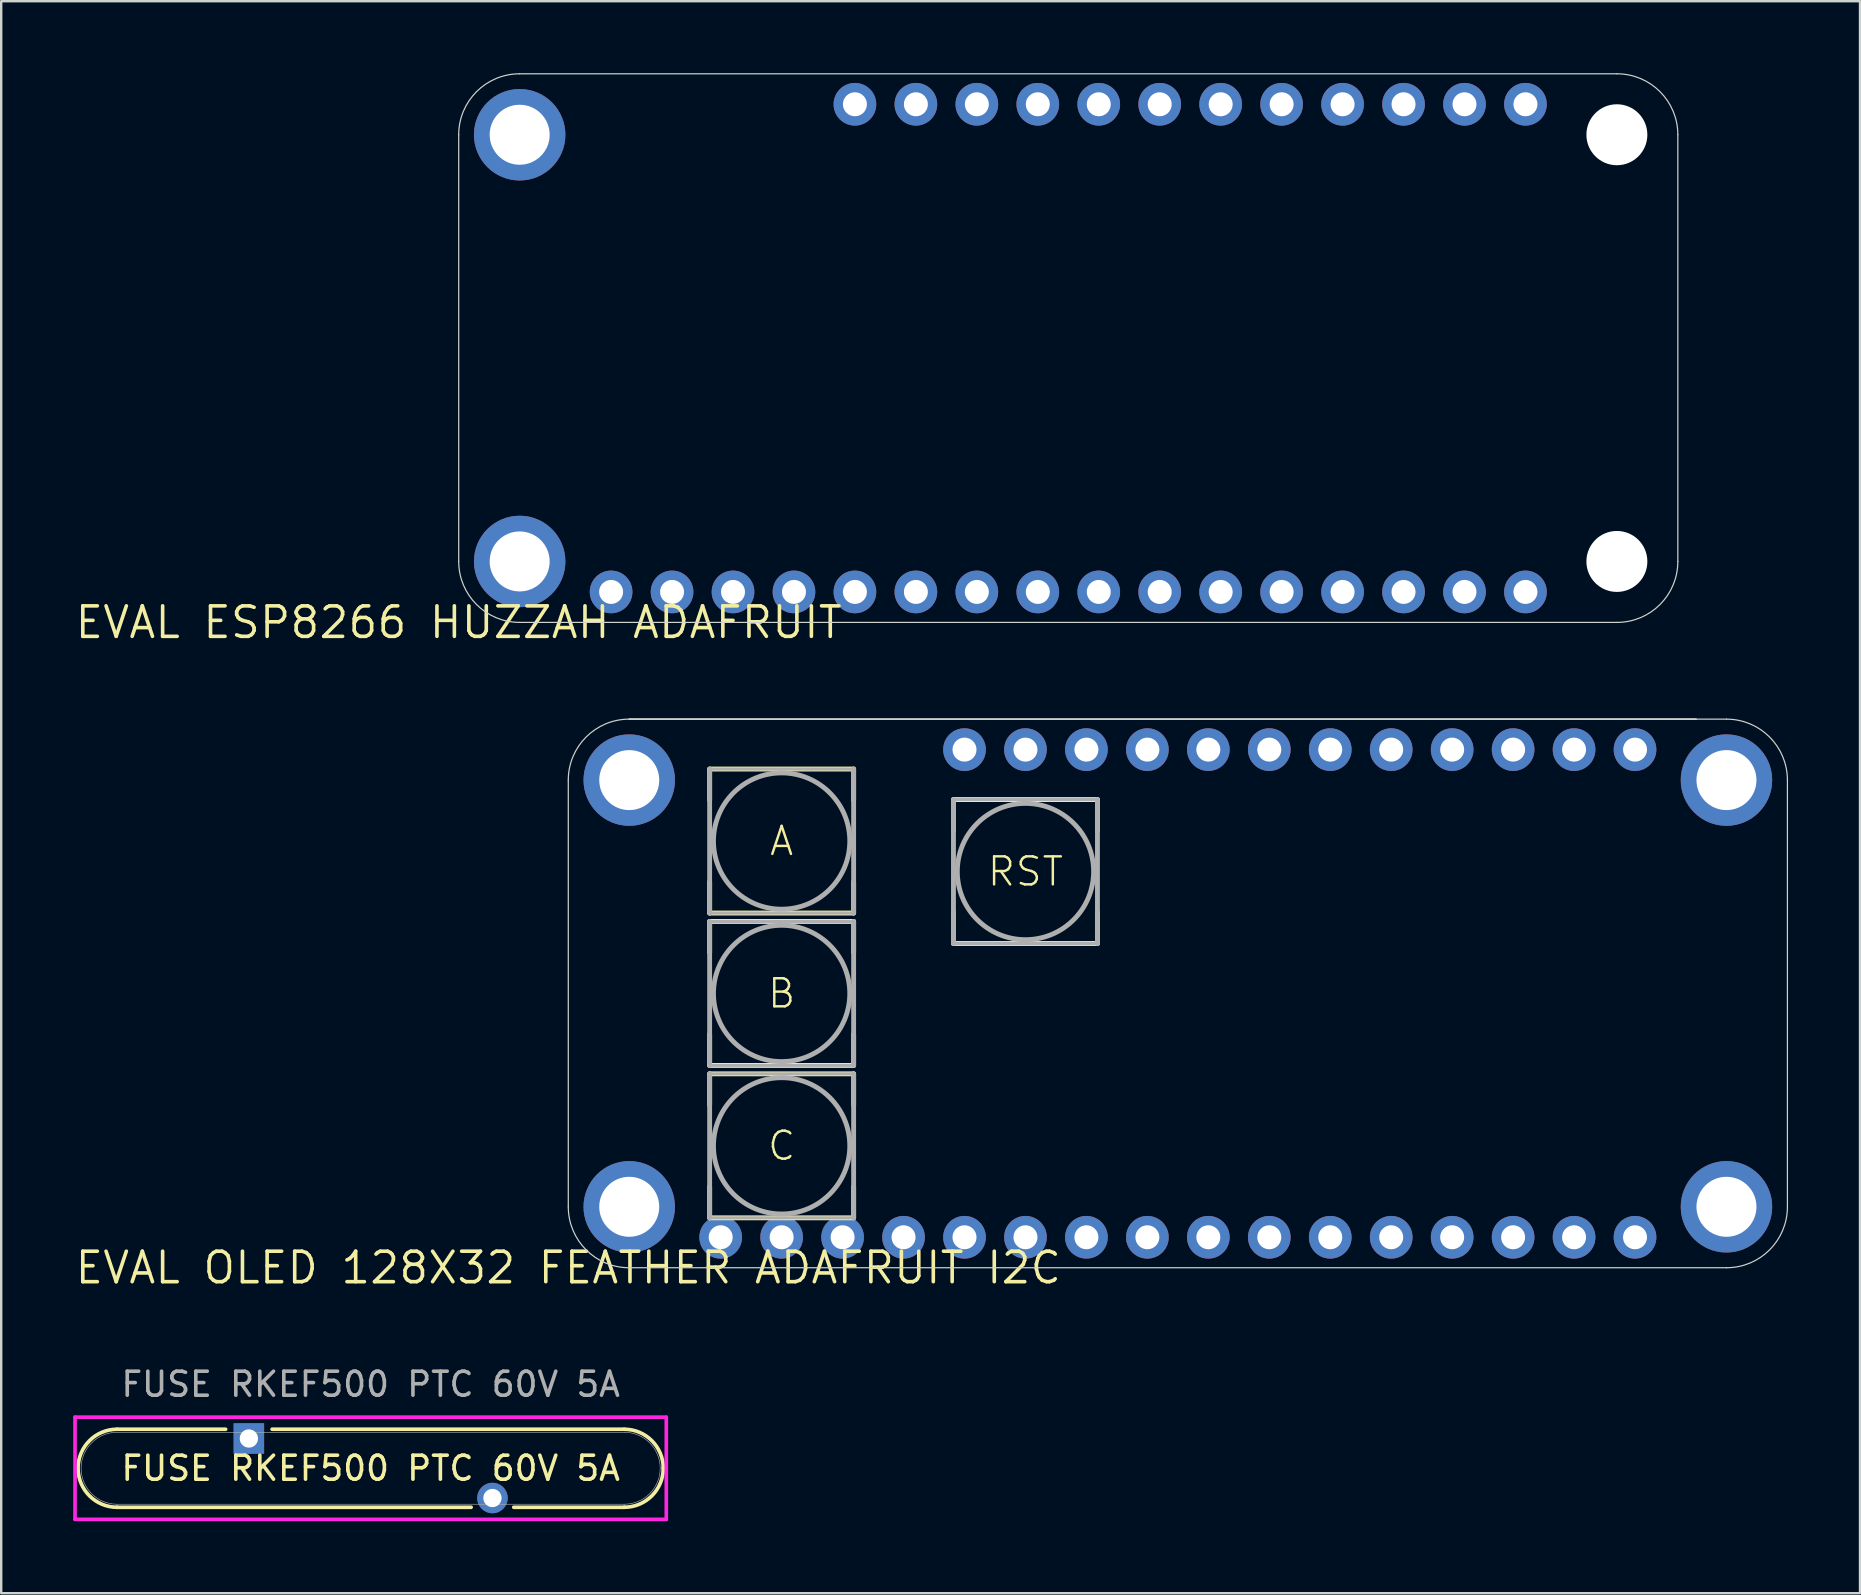
<source format=kicad_pcb>
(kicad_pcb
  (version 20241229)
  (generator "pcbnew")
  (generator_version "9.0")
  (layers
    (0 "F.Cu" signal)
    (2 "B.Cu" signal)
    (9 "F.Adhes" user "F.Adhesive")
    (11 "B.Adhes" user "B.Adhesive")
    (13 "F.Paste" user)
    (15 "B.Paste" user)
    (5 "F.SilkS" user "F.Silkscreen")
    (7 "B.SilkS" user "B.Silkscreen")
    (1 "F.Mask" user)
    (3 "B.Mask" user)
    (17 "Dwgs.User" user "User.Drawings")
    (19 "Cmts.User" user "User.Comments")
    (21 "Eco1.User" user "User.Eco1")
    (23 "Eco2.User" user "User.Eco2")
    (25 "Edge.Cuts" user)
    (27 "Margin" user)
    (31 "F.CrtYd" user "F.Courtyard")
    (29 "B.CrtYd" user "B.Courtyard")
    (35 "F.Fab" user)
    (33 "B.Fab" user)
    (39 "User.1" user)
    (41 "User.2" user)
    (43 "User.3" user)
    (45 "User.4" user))
  (footprint "FUSE RKEF500 PTC 60V 5A"
    (layer "F.Cu")
    (at 12.395 58.131)
    (property "Reference" "FUSE RKEF500 PTC 60V 5A" (at 0 0 0) (unlocked yes) (layer "F.SilkS") (effects (font (size 1 1) (thickness 0.15))))
    (attr through_hole)
    (fp_line (start -10.566 -1.626) (end -6.043 -1.626) (stroke (width 0.152) (type solid)) (layer "F.SilkS"))
    (fp_line (start -10.566 1.626) (end 4.187 1.626) (stroke (width 0.152) (type solid)) (layer "F.SilkS"))
    (fp_line (start -4.107 -1.626) (end 10.566 -1.626) (stroke (width 0.152) (type solid)) (layer "F.SilkS"))
    (fp_line (start 5.963 1.626) (end 10.566 1.626) (stroke (width 0.152) (type solid)) (layer "F.SilkS"))
    (fp_arc (start -10.5664 1.6256) (mid -12.192 0) (end -10.5664 -1.6256) (stroke (width 0.1524) (type solid)) (layer "F.SilkS"))
    (fp_arc (start 10.5664 -1.6256) (mid 11.715873 -1.149473) (end 12.192 0) (stroke (width 0.1524) (type solid)) (layer "F.SilkS"))
    (fp_arc (start 12.192 0) (mid 11.715873 1.149473) (end 10.5664 1.6256) (stroke (width 0.1524) (type solid)) (layer "F.SilkS"))
    (fp_line (start -12.319 -2.129) (end 12.319 -2.129) (stroke (width 0.152) (type solid)) (layer "F.CrtYd"))
    (fp_line (start -12.319 2.129) (end -12.319 -2.129) (stroke (width 0.152) (type solid)) (layer "F.CrtYd"))
    (fp_line (start 12.319 -2.129) (end 12.319 2.129) (stroke (width 0.152) (type solid)) (layer "F.CrtYd"))
    (fp_line (start 12.319 2.129) (end -12.319 2.129) (stroke (width 0.152) (type solid)) (layer "F.CrtYd"))
    (fp_line (start -10.566 -1.499) (end 10.566 -1.499) (stroke (width 0.025) (type solid)) (layer "F.Fab"))
    (fp_line (start -10.566 1.499) (end 10.566 1.499) (stroke (width 0.025) (type solid)) (layer "F.Fab"))
    (fp_arc (start -10.5664 1.4986) (mid -12.065 0) (end -10.5664 -1.4986) (stroke (width 0.0254) (type solid)) (layer "F.Fab"))
    (fp_arc (start 10.5664 -1.4986) (mid 12.065 0) (end 10.5664 1.4986) (stroke (width 0.0254) (type solid)) (layer "F.Fab"))
    (fp_text user "${REFERENCE}" (at 0 -3.5 0) (unlocked yes) (layer "F.Fab") (effects (font (size 1 1) (thickness 0.15))))
    (pad "1" thru_hole rect (at -5.075 -1.24) (size 1.27 1.27) (drill 0.762) (layers "*.Cu" "*.Mask"))
    (pad "2" thru_hole circle (at 5.075 1.24) (size 1.27 1.27) (drill 0.762) (layers "*.Cu" "*.Mask")))
  (footprint "EVAL OLED 128X32 FEATHER ADAFRUIT I2C"
    (layer "F.Cu")
    (at 20.63 49.776)
    (property "Reference" "EVAL OLED 128X32 FEATHER ADAFRUIT I2C" (at 0 0 0) (layer "F.SilkS") (effects (font (size 1.27 1.27) (thickness 0.15))))
    (fp_line (start 5.89 -20.78) (end 11.89 -20.78) (stroke (width 0.203) (type solid)) (layer "F.SilkS"))
    (fp_line (start 5.89 -19.48) (end 5.89 -20.78) (stroke (width 0.203) (type solid)) (layer "F.SilkS"))
    (fp_line (start 5.89 -14.78) (end 5.89 -16.08) (stroke (width 0.203) (type solid)) (layer "F.SilkS"))
    (fp_line (start 5.89 -14.43) (end 11.89 -14.43) (stroke (width 0.203) (type solid)) (layer "F.SilkS"))
    (fp_line (start 5.89 -13.13) (end 5.89 -14.43) (stroke (width 0.203) (type solid)) (layer "F.SilkS"))
    (fp_line (start 5.89 -8.43) (end 5.89 -9.73) (stroke (width 0.203) (type solid)) (layer "F.SilkS"))
    (fp_line (start 5.89 -8.08) (end 11.89 -8.08) (stroke (width 0.203) (type solid)) (layer "F.SilkS"))
    (fp_line (start 5.89 -6.78) (end 5.89 -8.08) (stroke (width 0.203) (type solid)) (layer "F.SilkS"))
    (fp_line (start 5.89 -2.08) (end 5.89 -3.38) (stroke (width 0.203) (type solid)) (layer "F.SilkS"))
    (fp_line (start 11.89 -20.78) (end 11.89 -19.48) (stroke (width 0.203) (type solid)) (layer "F.SilkS"))
    (fp_line (start 11.89 -16.08) (end 11.89 -14.78) (stroke (width 0.203) (type solid)) (layer "F.SilkS"))
    (fp_line (start 11.89 -14.78) (end 5.89 -14.78) (stroke (width 0.203) (type solid)) (layer "F.SilkS"))
    (fp_line (start 11.89 -14.43) (end 11.89 -13.13) (stroke (width 0.203) (type solid)) (layer "F.SilkS"))
    (fp_line (start 11.89 -9.73) (end 11.89 -8.43) (stroke (width 0.203) (type solid)) (layer "F.SilkS"))
    (fp_line (start 11.89 -8.43) (end 5.89 -8.43) (stroke (width 0.203) (type solid)) (layer "F.SilkS"))
    (fp_line (start 11.89 -8.08) (end 11.89 -6.78) (stroke (width 0.203) (type solid)) (layer "F.SilkS"))
    (fp_line (start 11.89 -3.38) (end 11.89 -2.08) (stroke (width 0.203) (type solid)) (layer "F.SilkS"))
    (fp_line (start 11.89 -2.08) (end 5.89 -2.08) (stroke (width 0.203) (type solid)) (layer "F.SilkS"))
    (fp_line (start 16.05 -19.51) (end 22.05 -19.51) (stroke (width 0.203) (type solid)) (layer "F.SilkS"))
    (fp_line (start 16.05 -18.21) (end 16.05 -19.51) (stroke (width 0.203) (type solid)) (layer "F.SilkS"))
    (fp_line (start 16.05 -13.51) (end 16.05 -14.81) (stroke (width 0.203) (type solid)) (layer "F.SilkS"))
    (fp_line (start 22.05 -19.51) (end 22.05 -18.21) (stroke (width 0.203) (type solid)) (layer "F.SilkS"))
    (fp_line (start 22.05 -14.81) (end 22.05 -13.51) (stroke (width 0.203) (type solid)) (layer "F.SilkS"))
    (fp_line (start 22.05 -13.51) (end 16.05 -13.51) (stroke (width 0.203) (type solid)) (layer "F.SilkS"))
    (fp_line (start 0 -20.32) (end 0 -2.54) (stroke (width 0.05) (type solid)) (layer "Edge.Cuts"))
    (fp_line (start 2.54 0) (end 48.26 0) (stroke (width 0.05) (type solid)) (layer "Edge.Cuts"))
    (fp_line (start 46.99 -22.86) (end 2.54 -22.86) (stroke (width 0.05) (type solid)) (layer "Edge.Cuts"))
    (fp_line (start 46.99 -22.86) (end 2.54 -22.86) (stroke (width 0.05) (type solid)) (layer "Edge.Cuts"))
    (fp_line (start 46.99 -22.86) (end 2.54 -22.86) (stroke (width 0.05) (type solid)) (layer "Edge.Cuts"))
    (fp_line (start 48.26 -22.86) (end 46.99 -22.86) (stroke (width 0.05) (type solid)) (layer "Edge.Cuts"))
    (fp_line (start 50.8 -2.54) (end 50.8 -20.32) (stroke (width 0.05) (type solid)) (layer "Edge.Cuts"))
    (fp_arc (start 0 -20.32) (mid 0.743949 -22.116051) (end 2.54 -22.86) (stroke (width 0.05) (type solid)) (layer "Edge.Cuts"))
    (fp_arc (start 2.54 0) (mid 0.743949 -0.743949) (end 0 -2.54) (stroke (width 0.05) (type solid)) (layer "Edge.Cuts"))
    (fp_arc (start 48.26 -22.86) (mid 50.056051 -22.116051) (end 50.8 -20.32) (stroke (width 0.05) (type solid)) (layer "Edge.Cuts"))
    (fp_arc (start 50.8 -2.54) (mid 50.056051 -0.743949) (end 48.26 0) (stroke (width 0.05) (type solid)) (layer "Edge.Cuts"))
    (fp_line (start 5.89 -14.78) (end 5.89 -20.78) (stroke (width 0.203) (type solid)) (layer "F.Fab"))
    (fp_line (start 5.89 -8.43) (end 5.89 -14.43) (stroke (width 0.203) (type solid)) (layer "F.Fab"))
    (fp_line (start 5.89 -2.08) (end 5.89 -8.08) (stroke (width 0.203) (type solid)) (layer "F.Fab"))
    (fp_line (start 5.89 -20.78) (end 11.89 -20.78) (stroke (width 0.127) (type solid)) (layer "F.Fab"))
    (fp_line (start 5.89 -14.43) (end 11.89 -14.43) (stroke (width 0.127) (type solid)) (layer "F.Fab"))
    (fp_line (start 5.89 -8.08) (end 11.89 -8.08) (stroke (width 0.127) (type solid)) (layer "F.Fab"))
    (fp_line (start 11.89 -20.78) (end 11.89 -14.78) (stroke (width 0.203) (type solid)) (layer "F.Fab"))
    (fp_line (start 11.89 -14.78) (end 5.89 -14.78) (stroke (width 0.127) (type solid)) (layer "F.Fab"))
    (fp_line (start 11.89 -14.43) (end 11.89 -8.43) (stroke (width 0.203) (type solid)) (layer "F.Fab"))
    (fp_line (start 11.89 -8.43) (end 5.89 -8.43) (stroke (width 0.127) (type solid)) (layer "F.Fab"))
    (fp_line (start 11.89 -8.08) (end 11.89 -2.08) (stroke (width 0.203) (type solid)) (layer "F.Fab"))
    (fp_line (start 11.89 -2.08) (end 5.89 -2.08) (stroke (width 0.127) (type solid)) (layer "F.Fab"))
    (fp_line (start 16.05 -13.51) (end 16.05 -19.51) (stroke (width 0.203) (type solid)) (layer "F.Fab"))
    (fp_line (start 16.05 -19.51) (end 22.05 -19.51) (stroke (width 0.127) (type solid)) (layer "F.Fab"))
    (fp_line (start 22.05 -19.51) (end 22.05 -13.51) (stroke (width 0.203) (type solid)) (layer "F.Fab"))
    (fp_line (start 22.05 -13.51) (end 16.05 -13.51) (stroke (width 0.127) (type solid)) (layer "F.Fab"))
    (fp_circle (center 8.89 -17.78) (end 11.73 -17.78) (stroke (width 0.203) (type solid)) (fill no) (layer "F.Fab"))
    (fp_circle (center 8.89 -11.43) (end 11.73 -11.43) (stroke (width 0.203) (type solid)) (fill no) (layer "F.Fab"))
    (fp_circle (center 8.89 -5.08) (end 11.73 -5.08) (stroke (width 0.203) (type solid)) (fill no) (layer "F.Fab"))
    (fp_circle (center 19.05 -16.51) (end 21.89 -16.51) (stroke (width 0.203) (type solid)) (fill no) (layer "F.Fab"))
    (fp_text user "C" (at 8.89 -5.08 0) (unlocked yes) (layer "F.SilkS") (effects (font (size 1.168 1.168) (thickness 0.102))))
    (fp_text user "B" (at 8.89 -11.43 0) (unlocked yes) (layer "F.SilkS") (effects (font (size 1.168 1.168) (thickness 0.102))))
    (fp_text user "RST" (at 19.05 -16.51 0) (unlocked yes) (layer "F.SilkS") (effects (font (size 1.168 1.168) (thickness 0.102))))
    (fp_text user "A" (at 8.89 -17.78 0) (unlocked yes) (layer "F.SilkS") (effects (font (size 1.168 1.168) (thickness 0.102))))
    (pad "1" thru_hole circle (at 6.35 -1.27) (size 1.778 1.778) (drill 1) (layers "*.Cu" "*.Mask"))
    (pad "2" thru_hole circle (at 8.89 -1.27) (size 1.778 1.778) (drill 1) (layers "*.Cu" "*.Mask"))
    (pad "3" thru_hole circle (at 11.43 -1.27) (size 1.778 1.778) (drill 1) (layers "*.Cu" "*.Mask"))
    (pad "4" thru_hole circle (at 13.97 -1.27) (size 1.778 1.778) (drill 1) (layers "*.Cu" "*.Mask"))
    (pad "5" thru_hole circle (at 16.51 -1.27) (size 1.778 1.778) (drill 1) (layers "*.Cu" "*.Mask"))
    (pad "6" thru_hole circle (at 19.05 -1.27) (size 1.778 1.778) (drill 1) (layers "*.Cu" "*.Mask"))
    (pad "7" thru_hole circle (at 21.59 -1.27) (size 1.778 1.778) (drill 1) (layers "*.Cu" "*.Mask"))
    (pad "8" thru_hole circle (at 24.13 -1.27) (size 1.778 1.778) (drill 1) (layers "*.Cu" "*.Mask"))
    (pad "9" thru_hole circle (at 26.67 -1.27) (size 1.778 1.778) (drill 1) (layers "*.Cu" "*.Mask"))
    (pad "10" thru_hole circle (at 29.21 -1.27) (size 1.778 1.778) (drill 1) (layers "*.Cu" "*.Mask"))
    (pad "11" thru_hole circle (at 31.75 -1.27) (size 1.778 1.778) (drill 1) (layers "*.Cu" "*.Mask"))
    (pad "12" thru_hole circle (at 34.29 -1.27) (size 1.778 1.778) (drill 1) (layers "*.Cu" "*.Mask"))
    (pad "13" thru_hole circle (at 36.83 -1.27) (size 1.778 1.778) (drill 1) (layers "*.Cu" "*.Mask"))
    (pad "14" thru_hole circle (at 39.37 -1.27) (size 1.778 1.778) (drill 1) (layers "*.Cu" "*.Mask"))
    (pad "15" thru_hole circle (at 41.91 -1.27) (size 1.778 1.778) (drill 1) (layers "*.Cu" "*.Mask"))
    (pad "16" thru_hole circle (at 44.45 -1.27) (size 1.778 1.778) (drill 1) (layers "*.Cu" "*.Mask"))
    (pad "17" thru_hole circle (at 44.45 -21.59) (size 1.778 1.778) (drill 1) (layers "*.Cu" "*.Mask"))
    (pad "18" thru_hole circle (at 41.91 -21.59) (size 1.778 1.778) (drill 1) (layers "*.Cu" "*.Mask"))
    (pad "19" thru_hole circle (at 39.37 -21.59) (size 1.778 1.778) (drill 1) (layers "*.Cu" "*.Mask"))
    (pad "20" thru_hole circle (at 36.83 -21.59) (size 1.778 1.778) (drill 1) (layers "*.Cu" "*.Mask"))
    (pad "21" thru_hole circle (at 34.29 -21.59) (size 1.778 1.778) (drill 1) (layers "*.Cu" "*.Mask"))
    (pad "22" thru_hole circle (at 31.75 -21.59) (size 1.778 1.778) (drill 1) (layers "*.Cu" "*.Mask"))
    (pad "23" thru_hole circle (at 29.21 -21.59) (size 1.778 1.778) (drill 1) (layers "*.Cu" "*.Mask"))
    (pad "24" thru_hole circle (at 26.67 -21.59) (size 1.778 1.778) (drill 1) (layers "*.Cu" "*.Mask"))
    (pad "25" thru_hole circle (at 24.13 -21.59) (size 1.778 1.778) (drill 1) (layers "*.Cu" "*.Mask"))
    (pad "26" thru_hole circle (at 21.59 -21.59) (size 1.778 1.778) (drill 1) (layers "*.Cu" "*.Mask"))
    (pad "27" thru_hole circle (at 19.05 -21.59) (size 1.778 1.778) (drill 1) (layers "*.Cu" "*.Mask"))
    (pad "28" thru_hole circle (at 16.51 -21.59) (size 1.778 1.778) (drill 1) (layers "*.Cu" "*.Mask"))
    (pad "P$1" thru_hole circle (at 2.54 -20.32) (size 3.81 3.81) (drill 2.5) (layers "*.Cu" "*.Mask"))
    (pad "P$2" thru_hole circle (at 2.54 -2.54) (size 3.81 3.81) (drill 2.5) (layers "*.Cu" "*.Mask"))
    (pad "P$3" thru_hole circle (at 48.26 -20.32) (size 3.81 3.81) (drill 2.5) (layers "*.Cu" "*.Mask"))
    (pad "P$4" thru_hole circle (at 48.26 -2.54) (size 3.81 3.81) (drill 2.5) (layers "*.Cu" "*.Mask")))
  (footprint "EVAL ESP8266 HUZZAH ADAFRUIT"
    (layer "F.Cu")
    (at 16.064 22.885)
    (property "Reference" "EVAL ESP8266 HUZZAH ADAFRUIT" (at 0 0 0) (layer "F.SilkS") (effects (font (size 1.27 1.27) (thickness 0.15))))
    (fp_line (start 0 -20.32) (end 0 -2.54) (stroke (width 0.05) (type solid)) (layer "Edge.Cuts"))
    (fp_line (start 2.54 0) (end 48.26 0) (stroke (width 0.05) (type solid)) (layer "Edge.Cuts"))
    (fp_line (start 48.26 -22.86) (end 2.54 -22.86) (stroke (width 0.05) (type solid)) (layer "Edge.Cuts"))
    (fp_line (start 50.8 -2.54) (end 50.8 -20.32) (stroke (width 0.05) (type solid)) (layer "Edge.Cuts"))
    (fp_arc (start 0 -20.32) (mid 0.743949 -22.116051) (end 2.54 -22.86) (stroke (width 0.05) (type solid)) (layer "Edge.Cuts"))
    (fp_arc (start 2.54 0) (mid 0.743949 -0.743949) (end 0 -2.54) (stroke (width 0.05) (type solid)) (layer "Edge.Cuts"))
    (fp_arc (start 48.26 -22.86) (mid 50.056051 -22.116051) (end 50.8 -20.32) (stroke (width 0.05) (type solid)) (layer "Edge.Cuts"))
    (fp_arc (start 50.8 -2.54) (mid 50.056051 -0.743949) (end 48.26 0) (stroke (width 0.05) (type solid)) (layer "Edge.Cuts"))
    (pad "" np_thru_hole circle (at 48.26 -20.32) (size 2.54 2.54) (drill 2.54) (layers "*.Cu" "*.Mask"))
    (pad "" np_thru_hole circle (at 48.26 -2.54) (size 2.54 2.54) (drill 2.54) (layers "*.Cu" "*.Mask"))
    (pad "1" thru_hole circle (at 6.35 -1.27) (size 1.778 1.778) (drill 1) (layers "*.Cu" "*.Mask"))
    (pad "2" thru_hole circle (at 8.89 -1.27) (size 1.778 1.778) (drill 1) (layers "*.Cu" "*.Mask"))
    (pad "3" thru_hole circle (at 11.43 -1.27) (size 1.778 1.778) (drill 1) (layers "*.Cu" "*.Mask"))
    (pad "4" thru_hole circle (at 13.97 -1.27) (size 1.778 1.778) (drill 1) (layers "*.Cu" "*.Mask"))
    (pad "5" thru_hole circle (at 16.51 -1.27) (size 1.778 1.778) (drill 1) (layers "*.Cu" "*.Mask"))
    (pad "6" thru_hole circle (at 19.05 -1.27) (size 1.778 1.778) (drill 1) (layers "*.Cu" "*.Mask"))
    (pad "7" thru_hole circle (at 21.59 -1.27) (size 1.778 1.778) (drill 1) (layers "*.Cu" "*.Mask"))
    (pad "8" thru_hole circle (at 24.13 -1.27) (size 1.778 1.778) (drill 1) (layers "*.Cu" "*.Mask"))
    (pad "9" thru_hole circle (at 26.67 -1.27) (size 1.778 1.778) (drill 1) (layers "*.Cu" "*.Mask"))
    (pad "10" thru_hole circle (at 29.21 -1.27) (size 1.778 1.778) (drill 1) (layers "*.Cu" "*.Mask"))
    (pad "11" thru_hole circle (at 31.75 -1.27) (size 1.778 1.778) (drill 1) (layers "*.Cu" "*.Mask"))
    (pad "12" thru_hole circle (at 34.29 -1.27) (size 1.778 1.778) (drill 1) (layers "*.Cu" "*.Mask"))
    (pad "13" thru_hole circle (at 36.83 -1.27) (size 1.778 1.778) (drill 1) (layers "*.Cu" "*.Mask"))
    (pad "14" thru_hole circle (at 39.37 -1.27) (size 1.778 1.778) (drill 1) (layers "*.Cu" "*.Mask"))
    (pad "15" thru_hole circle (at 41.91 -1.27) (size 1.778 1.778) (drill 1) (layers "*.Cu" "*.Mask"))
    (pad "16" thru_hole circle (at 44.45 -1.27) (size 1.778 1.778) (drill 1) (layers "*.Cu" "*.Mask"))
    (pad "17" thru_hole circle (at 44.45 -21.59) (size 1.778 1.778) (drill 1) (layers "*.Cu" "*.Mask"))
    (pad "18" thru_hole circle (at 41.91 -21.59) (size 1.778 1.778) (drill 1) (layers "*.Cu" "*.Mask"))
    (pad "19" thru_hole circle (at 39.37 -21.59) (size 1.778 1.778) (drill 1) (layers "*.Cu" "*.Mask"))
    (pad "20" thru_hole circle (at 36.83 -21.59) (size 1.778 1.778) (drill 1) (layers "*.Cu" "*.Mask"))
    (pad "21" thru_hole circle (at 34.29 -21.59) (size 1.778 1.778) (drill 1) (layers "*.Cu" "*.Mask"))
    (pad "22" thru_hole circle (at 31.75 -21.59) (size 1.778 1.778) (drill 1) (layers "*.Cu" "*.Mask"))
    (pad "23" thru_hole circle (at 29.21 -21.59) (size 1.778 1.778) (drill 1) (layers "*.Cu" "*.Mask"))
    (pad "24" thru_hole circle (at 26.67 -21.59) (size 1.778 1.778) (drill 1) (layers "*.Cu" "*.Mask"))
    (pad "25" thru_hole circle (at 24.13 -21.59) (size 1.778 1.778) (drill 1) (layers "*.Cu" "*.Mask"))
    (pad "26" thru_hole circle (at 21.59 -21.59) (size 1.778 1.778) (drill 1) (layers "*.Cu" "*.Mask"))
    (pad "27" thru_hole circle (at 19.05 -21.59) (size 1.778 1.778) (drill 1) (layers "*.Cu" "*.Mask"))
    (pad "28" thru_hole circle (at 16.51 -21.59) (size 1.778 1.778) (drill 1) (layers "*.Cu" "*.Mask"))
    (pad "P$1" thru_hole circle (at 2.54 -20.32) (size 3.81 3.81) (drill 2.5) (layers "*.Cu" "*.Mask"))
    (pad "P$2" thru_hole circle (at 2.54 -2.54) (size 3.81 3.81) (drill 2.5) (layers "*.Cu" "*.Mask")))
  (gr_rect
    (start -3 -3)
    (end 74.455 63.336)
    (stroke (width 0.1) (type default))
    (fill no)
    (layer "Edge.Cuts")))
</source>
